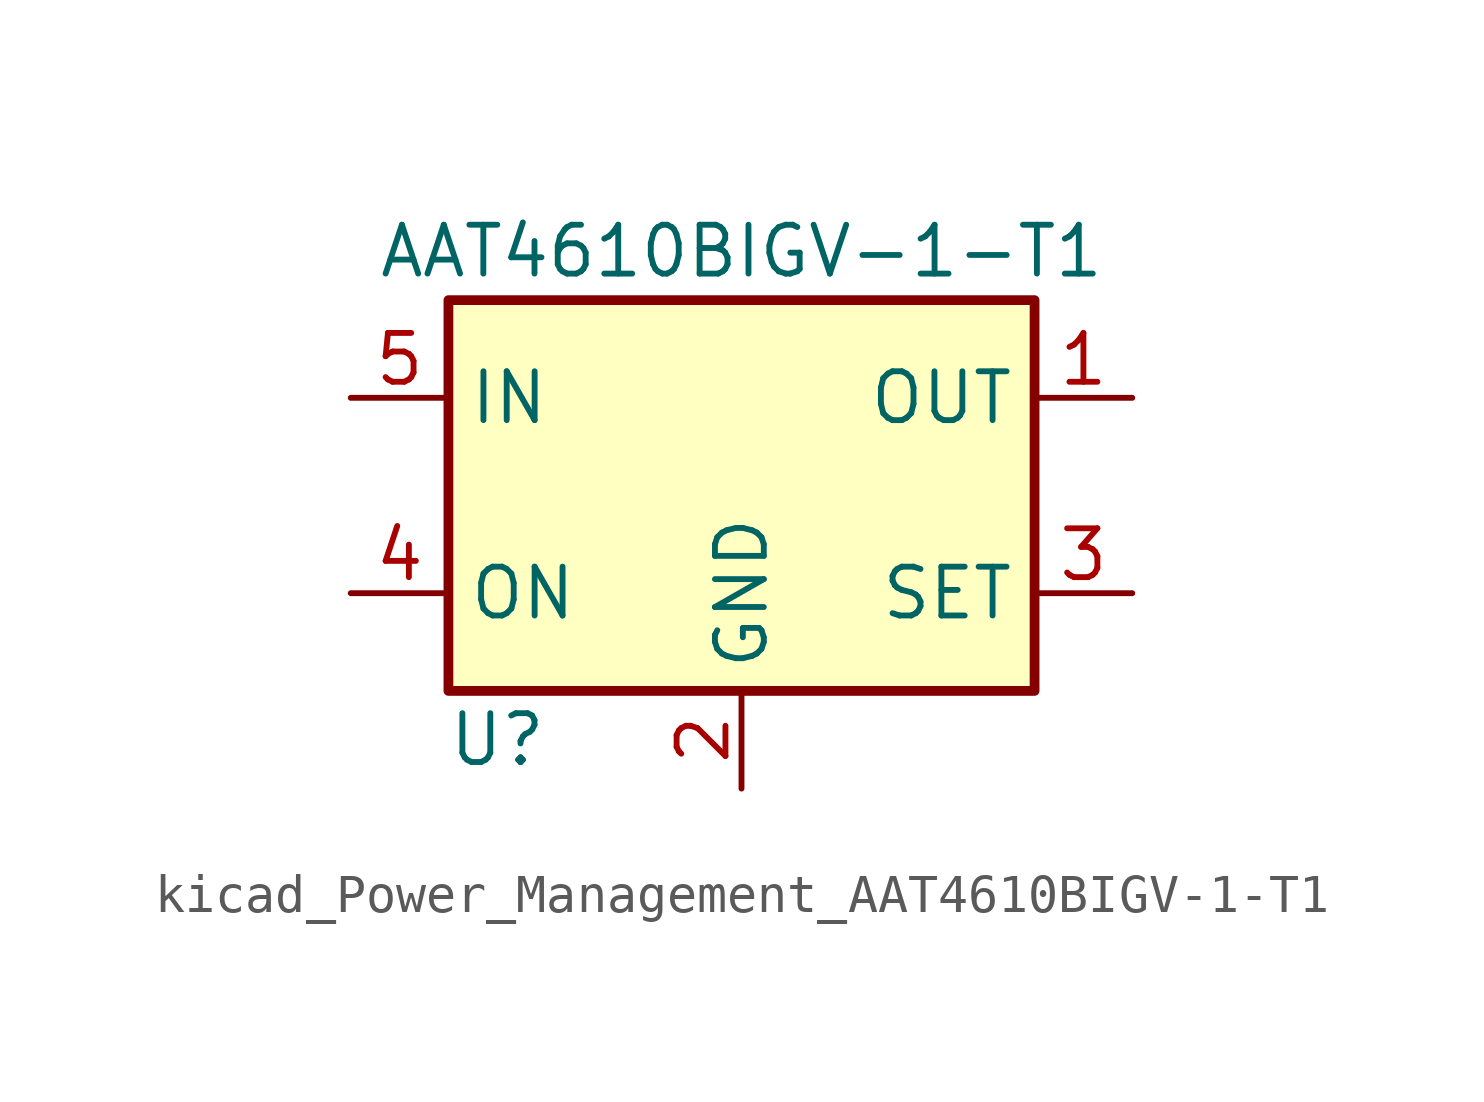
<source format=kicad_sym>
(kicad_symbol_lib
  (version 20220914)
  (generator kicad_symbol_editor)
  (symbol "kicad_Power_Management_AAT4610BIGV-1-T1"
    (property "Reference" "U"
      (at -6.35 -6.35 0)
      (effects (font (size 1.27 1.27))))
    (property "Value" "AAT4610BIGV-1-T1"
      (at 0 6.35 0)
      (effects (font (size 1.27 1.27))))
    (symbol "kicad_Power_Management_AAT4610BIGV-1-T1_0_1"
      (rectangle (start -7.62 5.08) (end 7.62 -5.08) (stroke (width 0.254) (type default)) (fill (type background))))
    (symbol "kicad_Power_Management_AAT4610BIGV-1-T1_1_1"
      (pin power_out line (at 10.16 2.54 180) (length 2.54) (name "OUT" (effects (font (size 1.27 1.27)))) (number "1" (effects (font (size 1.27 1.27)))))
      (pin power_in line (at 0 -7.62 90) (length 2.54) (name "GND" (effects (font (size 1.27 1.27)))) (number "2" (effects (font (size 1.27 1.27)))))
      (pin passive line (at 10.16 -2.54 180) (length 2.54) (name "SET" (effects (font (size 1.27 1.27)))) (number "3" (effects (font (size 1.27 1.27)))))
      (pin input line (at -10.16 -2.54 0) (length 2.54) (name "ON" (effects (font (size 1.27 1.27)))) (number "4" (effects (font (size 1.27 1.27)))))
      (pin power_in line (at -10.16 2.54 0) (length 2.54) (name "IN" (effects (font (size 1.27 1.27)))) (number "5" (effects (font (size 1.27 1.27))))))))
</source>
